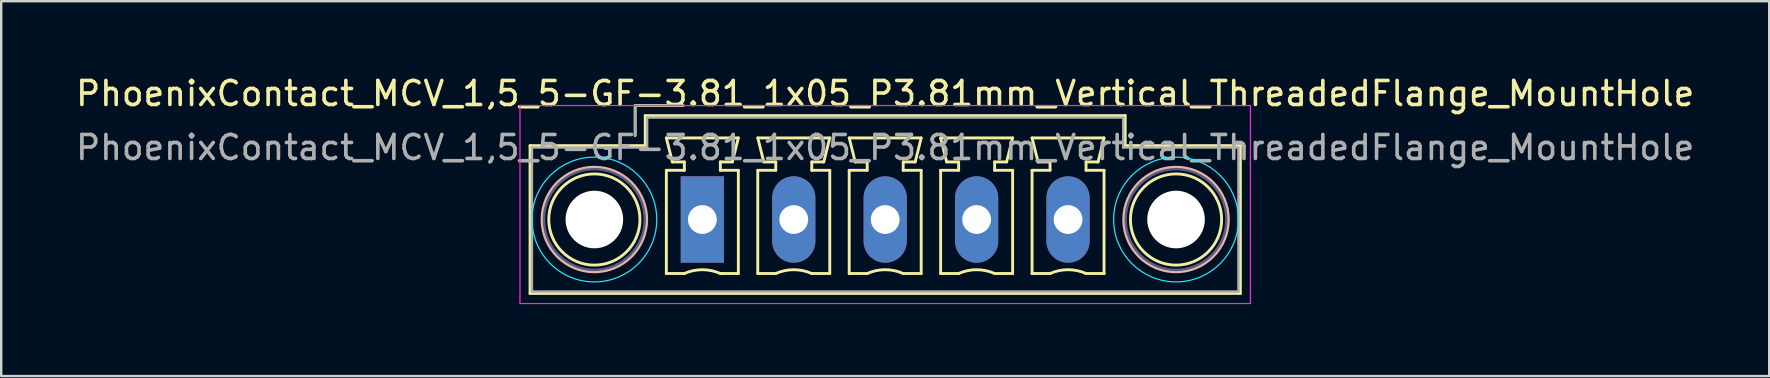
<source format=kicad_pcb>
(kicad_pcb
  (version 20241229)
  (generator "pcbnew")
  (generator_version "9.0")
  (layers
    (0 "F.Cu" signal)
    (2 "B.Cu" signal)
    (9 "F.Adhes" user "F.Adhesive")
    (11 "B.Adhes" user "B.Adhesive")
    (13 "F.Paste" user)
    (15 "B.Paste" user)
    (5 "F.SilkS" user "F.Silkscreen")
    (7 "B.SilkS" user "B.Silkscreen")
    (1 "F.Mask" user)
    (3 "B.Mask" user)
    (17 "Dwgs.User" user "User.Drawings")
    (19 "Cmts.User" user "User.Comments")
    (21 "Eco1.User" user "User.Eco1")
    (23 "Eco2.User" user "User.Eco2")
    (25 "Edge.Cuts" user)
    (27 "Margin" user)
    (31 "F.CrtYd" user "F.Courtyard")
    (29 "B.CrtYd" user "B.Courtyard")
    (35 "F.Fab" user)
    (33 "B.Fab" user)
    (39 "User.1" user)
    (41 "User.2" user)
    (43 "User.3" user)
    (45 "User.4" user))
  (footprint "PhoenixContact_MCV_1,5_5-GF-3.81_1x05_P3.81mm_Vertical_ThreadedFlange_MountHole"
    (layer "F.Cu")
    (at 26.219 6.098)
    (property "Reference" "PhoenixContact_MCV_1,5_5-GF-3.81_1x05_P3.81mm_Vertical_ThreadedFlange_MountHole" (at 7.62 -5.25 0) (layer "F.SilkS") (effects (font (size 1 1) (thickness 0.15))))
    (attr through_hole)
    (fp_line (start -7.18 -3.08) (end -7.18 3.08) (stroke (width 0.12) (type solid)) (layer "F.SilkS"))
    (fp_line (start -7.18 3.08) (end 22.42 3.08) (stroke (width 0.12) (type solid)) (layer "F.SilkS"))
    (fp_line (start -2.8 -4.75) (end -0.8 -4.75) (stroke (width 0.12) (type solid)) (layer "F.SilkS"))
    (fp_line (start -2.8 -3.5) (end -2.8 -4.75) (stroke (width 0.12) (type solid)) (layer "F.SilkS"))
    (fp_line (start -2.38 -4.33) (end -2.38 -3.08) (stroke (width 0.12) (type solid)) (layer "F.SilkS"))
    (fp_line (start -2.38 -3.08) (end -7.18 -3.08) (stroke (width 0.12) (type solid)) (layer "F.SilkS"))
    (fp_line (start -1.5 -3.4) (end 1.5 -3.4) (stroke (width 0.12) (type solid)) (layer "F.SilkS"))
    (fp_line (start -1.5 -2.05) (end -0.75 -2.05) (stroke (width 0.12) (type solid)) (layer "F.SilkS"))
    (fp_line (start -1.5 2.25) (end -1.5 -2.05) (stroke (width 0.12) (type solid)) (layer "F.SilkS"))
    (fp_line (start -1.25 -2.4) (end -1.5 -3.4) (stroke (width 0.12) (type solid)) (layer "F.SilkS"))
    (fp_line (start -0.75 -2.4) (end -1.25 -2.4) (stroke (width 0.12) (type solid)) (layer "F.SilkS"))
    (fp_line (start -0.75 -2.05) (end -0.75 -2.4) (stroke (width 0.12) (type solid)) (layer "F.SilkS"))
    (fp_line (start -0.75 2.25) (end -1.5 2.25) (stroke (width 0.12) (type solid)) (layer "F.SilkS"))
    (fp_line (start 0.75 -2.4) (end 0.75 -2.05) (stroke (width 0.12) (type solid)) (layer "F.SilkS"))
    (fp_line (start 0.75 -2.05) (end 1.5 -2.05) (stroke (width 0.12) (type solid)) (layer "F.SilkS"))
    (fp_line (start 1.25 -2.4) (end 0.75 -2.4) (stroke (width 0.12) (type solid)) (layer "F.SilkS"))
    (fp_line (start 1.5 -3.4) (end 1.25 -2.4) (stroke (width 0.12) (type solid)) (layer "F.SilkS"))
    (fp_line (start 1.5 -2.05) (end 1.5 2.25) (stroke (width 0.12) (type solid)) (layer "F.SilkS"))
    (fp_line (start 1.5 2.25) (end 0.75 2.25) (stroke (width 0.12) (type solid)) (layer "F.SilkS"))
    (fp_line (start 2.31 -3.4) (end 5.31 -3.4) (stroke (width 0.12) (type solid)) (layer "F.SilkS"))
    (fp_line (start 2.31 -2.05) (end 3.06 -2.05) (stroke (width 0.12) (type solid)) (layer "F.SilkS"))
    (fp_line (start 2.31 2.25) (end 2.31 -2.05) (stroke (width 0.12) (type solid)) (layer "F.SilkS"))
    (fp_line (start 2.56 -2.4) (end 2.31 -3.4) (stroke (width 0.12) (type solid)) (layer "F.SilkS"))
    (fp_line (start 3.06 -2.4) (end 2.56 -2.4) (stroke (width 0.12) (type solid)) (layer "F.SilkS"))
    (fp_line (start 3.06 -2.05) (end 3.06 -2.4) (stroke (width 0.12) (type solid)) (layer "F.SilkS"))
    (fp_line (start 3.06 2.25) (end 2.31 2.25) (stroke (width 0.12) (type solid)) (layer "F.SilkS"))
    (fp_line (start 4.56 -2.4) (end 4.56 -2.05) (stroke (width 0.12) (type solid)) (layer "F.SilkS"))
    (fp_line (start 4.56 -2.05) (end 5.31 -2.05) (stroke (width 0.12) (type solid)) (layer "F.SilkS"))
    (fp_line (start 5.06 -2.4) (end 4.56 -2.4) (stroke (width 0.12) (type solid)) (layer "F.SilkS"))
    (fp_line (start 5.31 -3.4) (end 5.06 -2.4) (stroke (width 0.12) (type solid)) (layer "F.SilkS"))
    (fp_line (start 5.31 -2.05) (end 5.31 2.25) (stroke (width 0.12) (type solid)) (layer "F.SilkS"))
    (fp_line (start 5.31 2.25) (end 4.56 2.25) (stroke (width 0.12) (type solid)) (layer "F.SilkS"))
    (fp_line (start 6.12 -3.4) (end 9.12 -3.4) (stroke (width 0.12) (type solid)) (layer "F.SilkS"))
    (fp_line (start 6.12 -2.05) (end 6.87 -2.05) (stroke (width 0.12) (type solid)) (layer "F.SilkS"))
    (fp_line (start 6.12 2.25) (end 6.12 -2.05) (stroke (width 0.12) (type solid)) (layer "F.SilkS"))
    (fp_line (start 6.37 -2.4) (end 6.12 -3.4) (stroke (width 0.12) (type solid)) (layer "F.SilkS"))
    (fp_line (start 6.87 -2.4) (end 6.37 -2.4) (stroke (width 0.12) (type solid)) (layer "F.SilkS"))
    (fp_line (start 6.87 -2.05) (end 6.87 -2.4) (stroke (width 0.12) (type solid)) (layer "F.SilkS"))
    (fp_line (start 6.87 2.25) (end 6.12 2.25) (stroke (width 0.12) (type solid)) (layer "F.SilkS"))
    (fp_line (start 8.37 -2.4) (end 8.37 -2.05) (stroke (width 0.12) (type solid)) (layer "F.SilkS"))
    (fp_line (start 8.37 -2.05) (end 9.12 -2.05) (stroke (width 0.12) (type solid)) (layer "F.SilkS"))
    (fp_line (start 8.87 -2.4) (end 8.37 -2.4) (stroke (width 0.12) (type solid)) (layer "F.SilkS"))
    (fp_line (start 9.12 -3.4) (end 8.87 -2.4) (stroke (width 0.12) (type solid)) (layer "F.SilkS"))
    (fp_line (start 9.12 -2.05) (end 9.12 2.25) (stroke (width 0.12) (type solid)) (layer "F.SilkS"))
    (fp_line (start 9.12 2.25) (end 8.37 2.25) (stroke (width 0.12) (type solid)) (layer "F.SilkS"))
    (fp_line (start 9.93 -3.4) (end 12.93 -3.4) (stroke (width 0.12) (type solid)) (layer "F.SilkS"))
    (fp_line (start 9.93 -2.05) (end 10.68 -2.05) (stroke (width 0.12) (type solid)) (layer "F.SilkS"))
    (fp_line (start 9.93 2.25) (end 9.93 -2.05) (stroke (width 0.12) (type solid)) (layer "F.SilkS"))
    (fp_line (start 10.18 -2.4) (end 9.93 -3.4) (stroke (width 0.12) (type solid)) (layer "F.SilkS"))
    (fp_line (start 10.68 -2.4) (end 10.18 -2.4) (stroke (width 0.12) (type solid)) (layer "F.SilkS"))
    (fp_line (start 10.68 -2.05) (end 10.68 -2.4) (stroke (width 0.12) (type solid)) (layer "F.SilkS"))
    (fp_line (start 10.68 2.25) (end 9.93 2.25) (stroke (width 0.12) (type solid)) (layer "F.SilkS"))
    (fp_line (start 12.18 -2.4) (end 12.18 -2.05) (stroke (width 0.12) (type solid)) (layer "F.SilkS"))
    (fp_line (start 12.18 -2.05) (end 12.93 -2.05) (stroke (width 0.12) (type solid)) (layer "F.SilkS"))
    (fp_line (start 12.68 -2.4) (end 12.18 -2.4) (stroke (width 0.12) (type solid)) (layer "F.SilkS"))
    (fp_line (start 12.93 -3.4) (end 12.68 -2.4) (stroke (width 0.12) (type solid)) (layer "F.SilkS"))
    (fp_line (start 12.93 -2.05) (end 12.93 2.25) (stroke (width 0.12) (type solid)) (layer "F.SilkS"))
    (fp_line (start 12.93 2.25) (end 12.18 2.25) (stroke (width 0.12) (type solid)) (layer "F.SilkS"))
    (fp_line (start 13.74 -3.4) (end 16.74 -3.4) (stroke (width 0.12) (type solid)) (layer "F.SilkS"))
    (fp_line (start 13.74 -2.05) (end 14.49 -2.05) (stroke (width 0.12) (type solid)) (layer "F.SilkS"))
    (fp_line (start 13.74 2.25) (end 13.74 -2.05) (stroke (width 0.12) (type solid)) (layer "F.SilkS"))
    (fp_line (start 13.99 -2.4) (end 13.74 -3.4) (stroke (width 0.12) (type solid)) (layer "F.SilkS"))
    (fp_line (start 14.49 -2.4) (end 13.99 -2.4) (stroke (width 0.12) (type solid)) (layer "F.SilkS"))
    (fp_line (start 14.49 -2.05) (end 14.49 -2.4) (stroke (width 0.12) (type solid)) (layer "F.SilkS"))
    (fp_line (start 14.49 2.25) (end 13.74 2.25) (stroke (width 0.12) (type solid)) (layer "F.SilkS"))
    (fp_line (start 15.99 -2.4) (end 15.99 -2.05) (stroke (width 0.12) (type solid)) (layer "F.SilkS"))
    (fp_line (start 15.99 -2.05) (end 16.74 -2.05) (stroke (width 0.12) (type solid)) (layer "F.SilkS"))
    (fp_line (start 16.49 -2.4) (end 15.99 -2.4) (stroke (width 0.12) (type solid)) (layer "F.SilkS"))
    (fp_line (start 16.74 -3.4) (end 16.49 -2.4) (stroke (width 0.12) (type solid)) (layer "F.SilkS"))
    (fp_line (start 16.74 -2.05) (end 16.74 2.25) (stroke (width 0.12) (type solid)) (layer "F.SilkS"))
    (fp_line (start 16.74 2.25) (end 15.99 2.25) (stroke (width 0.12) (type solid)) (layer "F.SilkS"))
    (fp_line (start 17.62 -4.33) (end -2.38 -4.33) (stroke (width 0.12) (type solid)) (layer "F.SilkS"))
    (fp_line (start 17.62 -3.08) (end 17.62 -4.33) (stroke (width 0.12) (type solid)) (layer "F.SilkS"))
    (fp_line (start 22.42 -3.08) (end 17.62 -3.08) (stroke (width 0.12) (type solid)) (layer "F.SilkS"))
    (fp_line (start 22.42 3.08) (end 22.42 -3.08) (stroke (width 0.12) (type solid)) (layer "F.SilkS"))
    (fp_arc (start -0.75 2.25) (mid -0.000193 2.09191) (end 0.749647 2.249844) (stroke (width 0.12) (type solid)) (layer "F.SilkS"))
    (fp_arc (start 3.06 2.25) (mid 3.809807 2.09191) (end 4.559647 2.249844) (stroke (width 0.12) (type solid)) (layer "F.SilkS"))
    (fp_arc (start 6.87 2.25) (mid 7.619807 2.09191) (end 8.369647 2.249844) (stroke (width 0.12) (type solid)) (layer "F.SilkS"))
    (fp_arc (start 10.68 2.25) (mid 11.429807 2.09191) (end 12.179647 2.249844) (stroke (width 0.12) (type solid)) (layer "F.SilkS"))
    (fp_arc (start 14.49 2.25) (mid 15.239807 2.09191) (end 15.989647 2.249844) (stroke (width 0.12) (type solid)) (layer "F.SilkS"))
    (fp_circle (center -4.5 0) (end -2.6 0) (stroke (width 0.12) (type solid)) (fill no) (layer "F.SilkS"))
    (fp_circle (center 19.74 0) (end 21.64 0) (stroke (width 0.12) (type solid)) (fill no) (layer "F.SilkS"))
    (fp_circle (center -4.5 0) (end -2.32 0) (stroke (width 0.12) (type solid)) (fill no) (layer "B.SilkS"))
    (fp_circle (center 19.74 0) (end 21.92 0) (stroke (width 0.12) (type solid)) (fill no) (layer "B.SilkS"))
    (fp_circle (center -4.5 0) (end -1.9 0) (stroke (width 0.05) (type solid)) (fill no) (layer "B.CrtYd"))
    (fp_circle (center 19.74 0) (end 22.34 0) (stroke (width 0.05) (type solid)) (fill no) (layer "B.CrtYd"))
    (fp_line (start -7.6 -4.75) (end -7.6 3.5) (stroke (width 0.05) (type solid)) (layer "F.CrtYd"))
    (fp_line (start -7.6 3.5) (end 22.84 3.5) (stroke (width 0.05) (type solid)) (layer "F.CrtYd"))
    (fp_line (start 22.84 -4.75) (end -7.6 -4.75) (stroke (width 0.05) (type solid)) (layer "F.CrtYd"))
    (fp_line (start 22.84 3.5) (end 22.84 -4.75) (stroke (width 0.05) (type solid)) (layer "F.CrtYd"))
    (fp_circle (center -4.5 0) (end -2.4 0) (stroke (width 0.1) (type solid)) (fill no) (layer "B.Fab"))
    (fp_circle (center 19.74 0) (end 21.84 0) (stroke (width 0.1) (type solid)) (fill no) (layer "B.Fab"))
    (fp_line (start -7.1 -3) (end -7.1 3) (stroke (width 0.1) (type solid)) (layer "F.Fab"))
    (fp_line (start -7.1 3) (end 22.34 3) (stroke (width 0.1) (type solid)) (layer "F.Fab"))
    (fp_line (start -2.8 -4.75) (end -0.8 -4.75) (stroke (width 0.1) (type solid)) (layer "F.Fab"))
    (fp_line (start -2.8 -3.5) (end -2.8 -4.75) (stroke (width 0.1) (type solid)) (layer "F.Fab"))
    (fp_line (start -2.3 -4.25) (end -2.3 -3) (stroke (width 0.1) (type solid)) (layer "F.Fab"))
    (fp_line (start -2.3 -3) (end -7.1 -3) (stroke (width 0.1) (type solid)) (layer "F.Fab"))
    (fp_line (start 17.54 -4.25) (end -2.3 -4.25) (stroke (width 0.1) (type solid)) (layer "F.Fab"))
    (fp_line (start 17.54 -3) (end 17.54 -4.25) (stroke (width 0.1) (type solid)) (layer "F.Fab"))
    (fp_line (start 22.34 -3) (end 17.54 -3) (stroke (width 0.1) (type solid)) (layer "F.Fab"))
    (fp_line (start 22.34 3) (end 22.34 -3) (stroke (width 0.1) (type solid)) (layer "F.Fab"))
    (fp_text user "${REFERENCE}" (at 7.62 -3 0) (layer "F.Fab") (effects (font (size 1 1) (thickness 0.15))))
    (pad "" np_thru_hole circle (at -4.5 0) (size 2.4 2.4) (drill 2.4) (layers "*.Cu" "*.Mask"))
    (pad "" np_thru_hole circle (at 19.74 0) (size 2.4 2.4) (drill 2.4) (layers "*.Cu" "*.Mask"))
    (pad "1" thru_hole rect (at 0 0) (size 1.8 3.6) (drill 1.2) (layers "*.Cu" "*.Mask"))
    (pad "2" thru_hole oval (at 3.81 0) (size 1.8 3.6) (drill 1.2) (layers "*.Cu" "*.Mask"))
    (pad "3" thru_hole oval (at 7.62 0) (size 1.8 3.6) (drill 1.2) (layers "*.Cu" "*.Mask"))
    (pad "4" thru_hole oval (at 11.43 0) (size 1.8 3.6) (drill 1.2) (layers "*.Cu" "*.Mask"))
    (pad "5" thru_hole oval (at 15.24 0) (size 1.8 3.6) (drill 1.2) (layers "*.Cu" "*.Mask")))
  (gr_rect
    (start -3 -3)
    (end 70.679 12.623)
    (stroke (width 0.1) (type default))
    (fill no)
    (layer "Edge.Cuts")))
</source>
